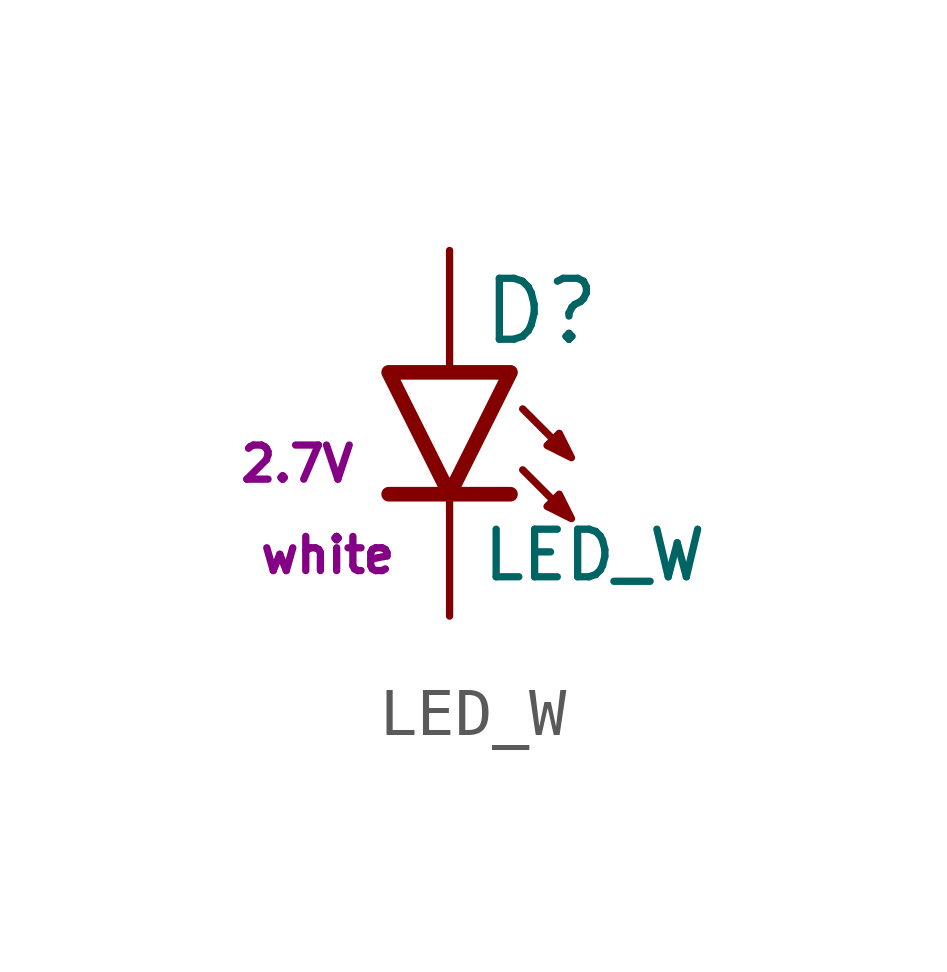
<source format=kicad_sym>
(kicad_symbol_lib
  (version 20211014)
  (generator kicad_symbol_editor)
  (symbol "LED_W"
    (pin_numbers hide)
    (pin_names
      (offset 0.254) hide)
    (property "Reference" "D"
      (at 0.635 2.54 0)
      (effects (font (size 1.27 1.27)) (justify left)))
    (property "Value" "LED_W"
      (at 0.635 -2.54 0)
      (effects (font (size 0.991 0.991)) (justify left)))
    (property "Vd" "2.7V"
      (at -3.175 -0.635 0)
      (effects (font (size 0.711 0.711))))
    (property "Wavelength" "white"
      (at -2.54 -2.54 0)
      (effects (font (size 0.711 0.711))))
    (symbol "LED_W_1_1"
      (polyline (pts (xy 1.27 -1.27) (xy -1.27 -1.27)) (stroke (width 0.305) (type default) (color 0 0 0 0)) (fill (type none)))
      (polyline (pts (xy 1.27 1.27) (xy -1.27 1.27) (xy 0 -1.27) (xy 1.27 1.27)) (stroke (width 0.305) (type default) (color 0 0 0 0)) (fill (type none)))
      (polyline (pts (xy 1.524 -0.762) (xy 2.54 -1.778) (xy 2.286 -1.27) (xy 2.032 -1.524) (xy 2.54 -1.778)) (stroke (width 0) (type default) (color 0 0 0 0)) (fill (type none)))
      (polyline (pts (xy 1.524 0.508) (xy 2.54 -0.508) (xy 2.286 0) (xy 2.032 -0.254) (xy 2.54 -0.508)) (stroke (width 0) (type default) (color 0 0 0 0)) (fill (type none)))
      (pin passive line (at 0 -3.81 90) (length 2.54) (name "K" (effects (font (size 1.27 1.27)))) (number "1" (effects (font (size 1.27 1.27)))))
      (pin passive line (at 0 3.81 270) (length 2.54) (name "A" (effects (font (size 1.27 1.27)))) (number "2" (effects (font (size 1.27 1.27))))))))
</source>
